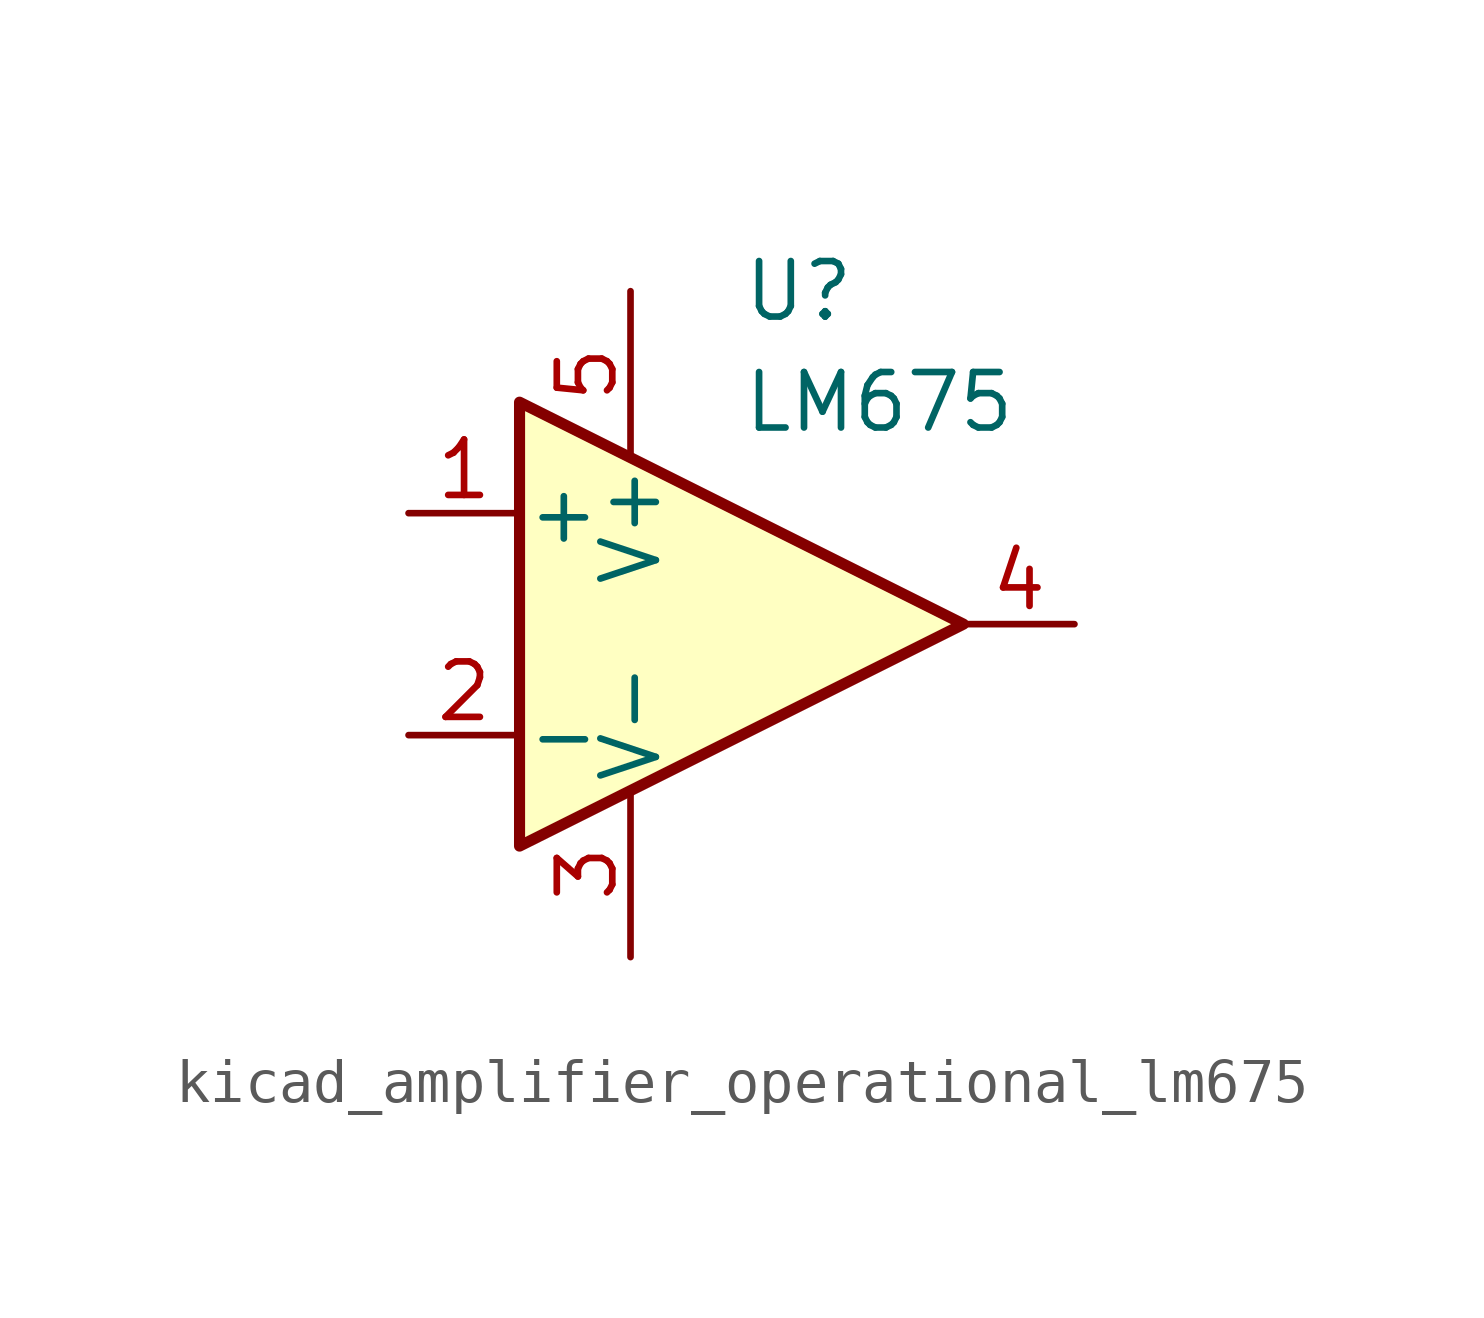
<source format=kicad_sym>
(kicad_symbol_lib
  (version 20220914)
  (generator kicad_symbol_editor)
  (symbol "kicad_amplifier_operational_lm675"
    (pin_names
      (offset 0.127))
    (property "Reference" "U"
      (at 0 7.62 0)
      (effects (font (size 1.27 1.27)) (justify left)))
    (property "Value" "LM675"
      (at 0 5.08 0)
      (effects (font (size 1.27 1.27)) (justify left)))
    (symbol "kicad_amplifier_operational_lm675_0_1"
      (polyline (pts (xy -5.08 5.08) (xy 5.08 0) (xy -5.08 -5.08) (xy -5.08 5.08)) (stroke (width 0.254) (type default)) (fill (type background))))
    (symbol "kicad_amplifier_operational_lm675_1_1"
      (pin input line (at -7.62 2.54 0) (length 2.54) (name "+" (effects (font (size 1.27 1.27)))) (number "1" (effects (font (size 1.27 1.27)))))
      (pin input line (at -7.62 -2.54 0) (length 2.54) (name "-" (effects (font (size 1.27 1.27)))) (number "2" (effects (font (size 1.27 1.27)))))
      (pin power_in line (at -2.54 -7.62 90) (length 3.81) (name "V-" (effects (font (size 1.27 1.27)))) (number "3" (effects (font (size 1.27 1.27)))))
      (pin output line (at 7.62 0 180) (length 2.54) (name "~" (effects (font (size 1.27 1.27)))) (number "4" (effects (font (size 1.27 1.27)))))
      (pin power_in line (at -2.54 7.62 270) (length 3.81) (name "V+" (effects (font (size 1.27 1.27)))) (number "5" (effects (font (size 1.27 1.27))))))))
</source>
